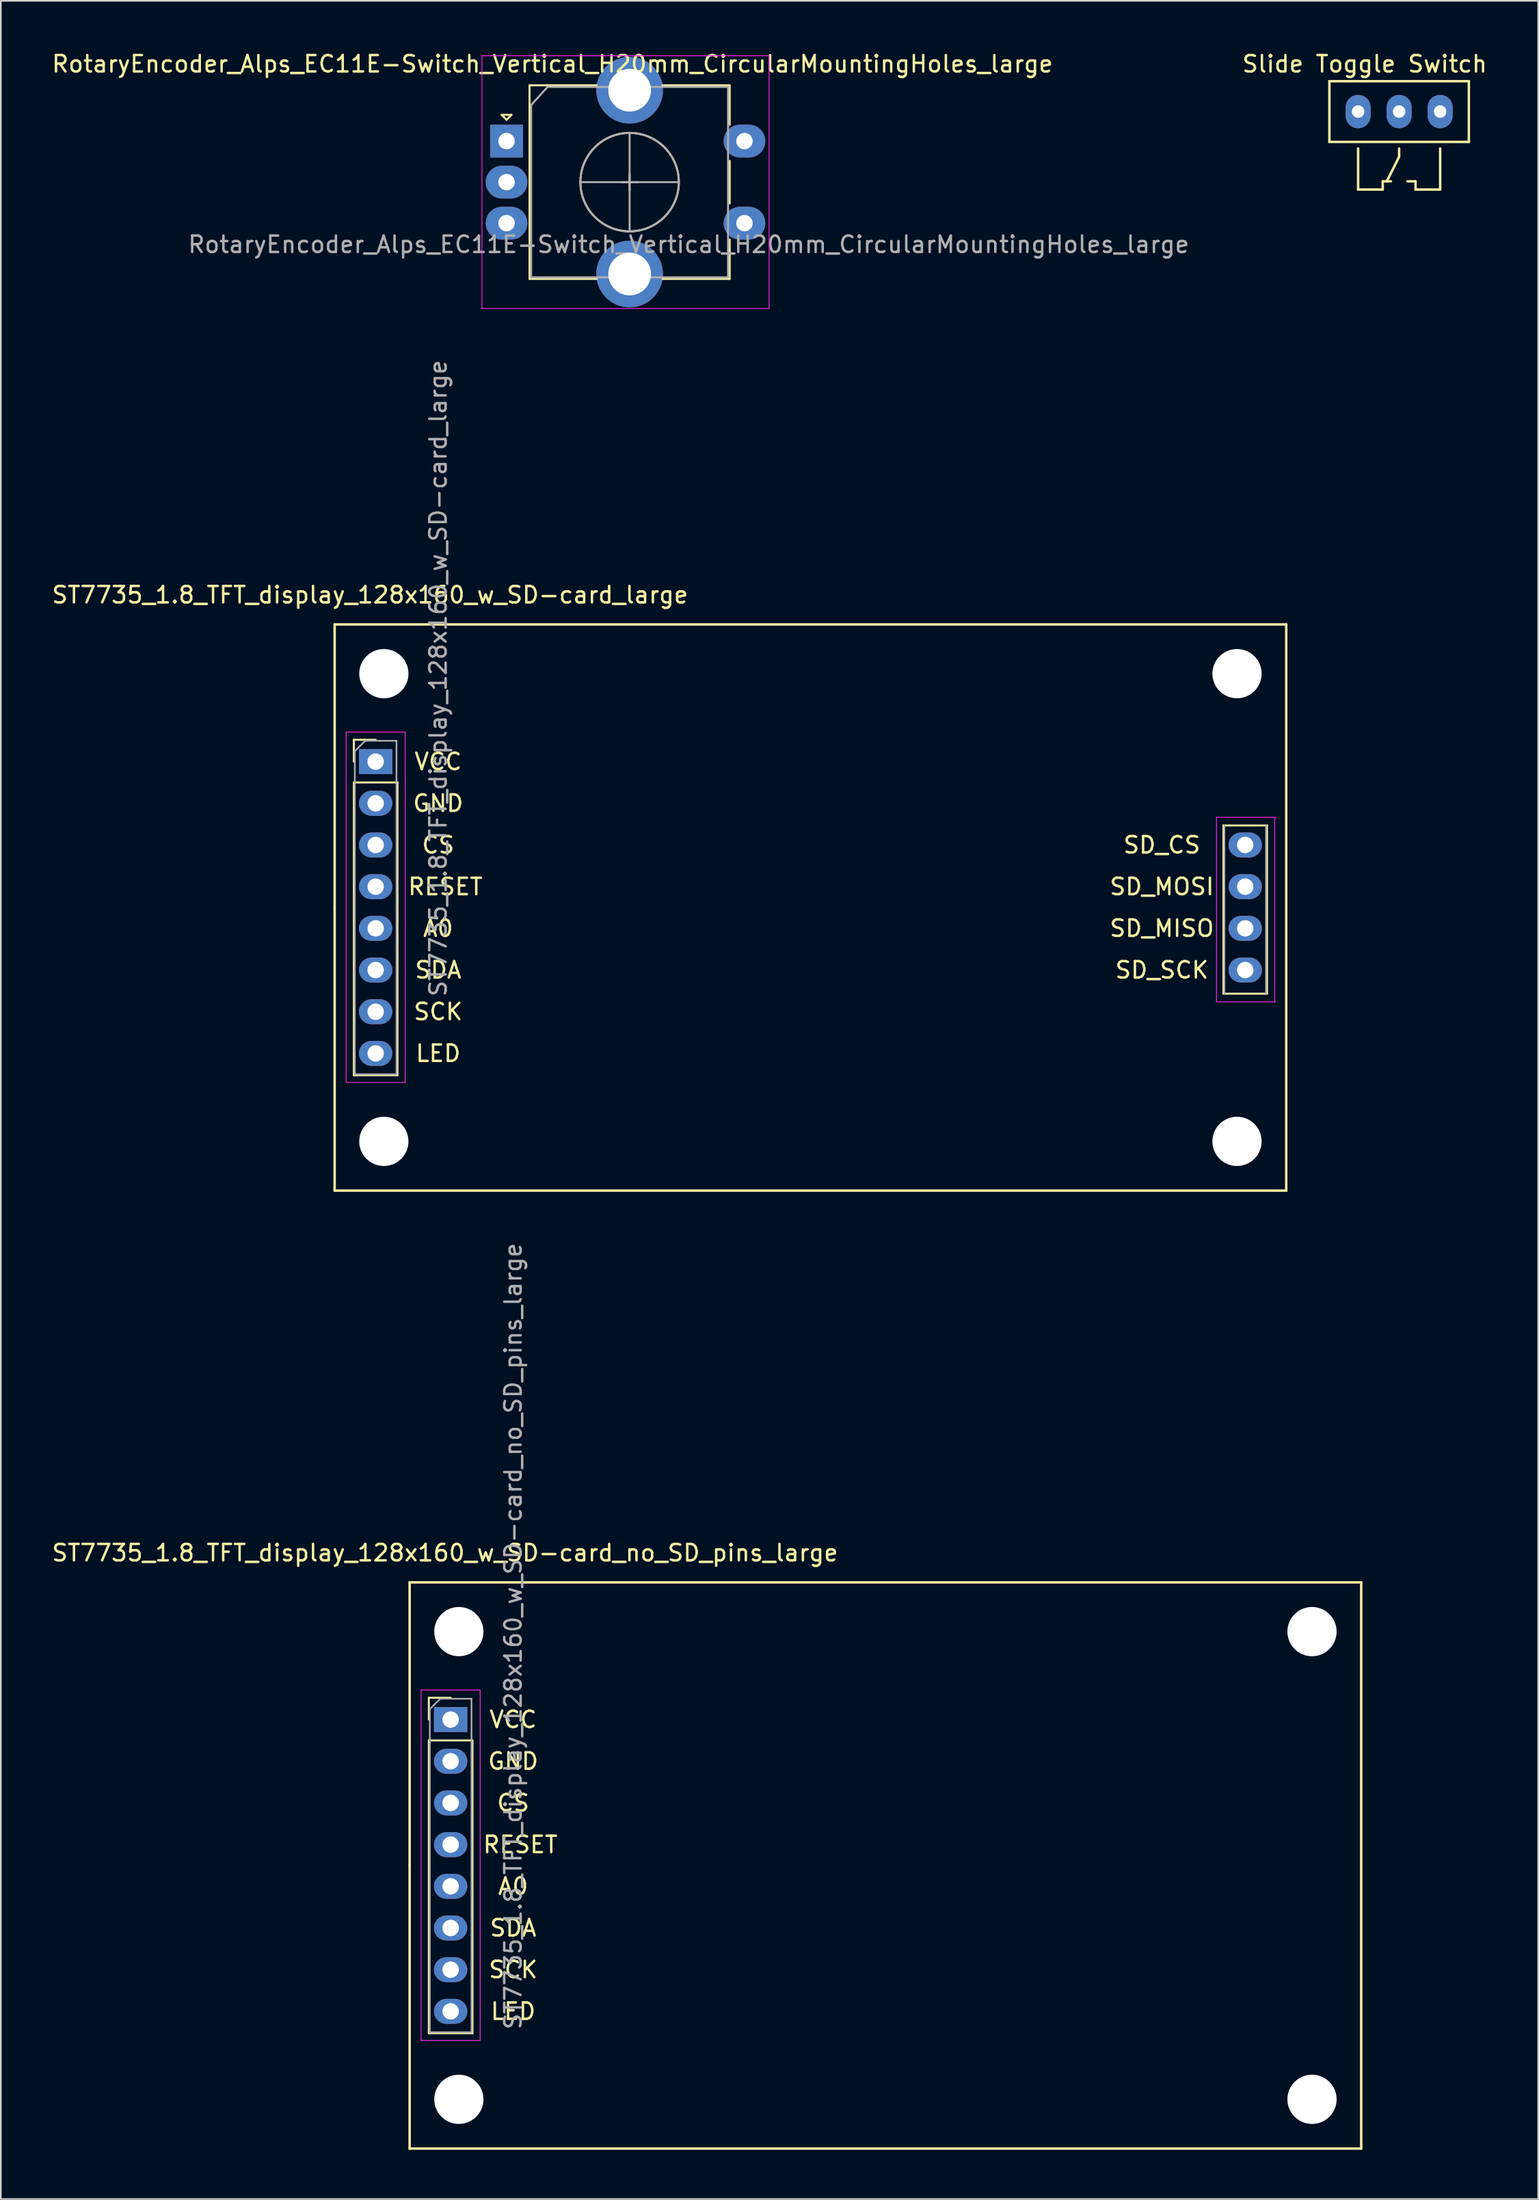
<source format=kicad_pcb>
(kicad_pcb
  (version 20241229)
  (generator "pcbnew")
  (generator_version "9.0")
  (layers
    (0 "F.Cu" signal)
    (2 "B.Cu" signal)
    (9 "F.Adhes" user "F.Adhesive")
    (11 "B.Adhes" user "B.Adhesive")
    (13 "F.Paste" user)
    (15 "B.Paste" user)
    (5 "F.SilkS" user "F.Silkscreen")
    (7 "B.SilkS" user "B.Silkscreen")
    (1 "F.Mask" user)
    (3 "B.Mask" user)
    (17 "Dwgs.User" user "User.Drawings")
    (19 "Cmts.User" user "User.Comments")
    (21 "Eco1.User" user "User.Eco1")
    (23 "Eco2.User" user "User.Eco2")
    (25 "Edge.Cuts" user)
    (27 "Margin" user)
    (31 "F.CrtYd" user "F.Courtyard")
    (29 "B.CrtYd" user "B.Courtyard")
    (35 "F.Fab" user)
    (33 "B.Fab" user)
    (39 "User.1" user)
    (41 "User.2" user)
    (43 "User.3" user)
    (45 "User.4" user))
  (footprint "RotaryEncoder_Alps_EC11E-Switch_Vertical_H20mm_CircularMountingHoles_large"
    (layer "F.Cu")
    (at 27.825 5.548)
    (property "Reference" "RotaryEncoder_Alps_EC11E-Switch_Vertical_H20mm_CircularMountingHoles_large" (at 2.8 -4.7 0) (layer "F.SilkS") (effects (font (size 1 1) (thickness 0.15))))
    (attr through_hole)
    (fp_line (start -0.3 -1.6) (end 0.3 -1.6) (stroke (width 0.12) (type solid)) (layer "F.SilkS"))
    (fp_line (start 0 -1.3) (end -0.3 -1.6) (stroke (width 0.12) (type solid)) (layer "F.SilkS"))
    (fp_line (start 0.3 -1.6) (end 0 -1.3) (stroke (width 0.12) (type solid)) (layer "F.SilkS"))
    (fp_line (start 1.4 -3.4) (end 1.4 8.4) (stroke (width 0.12) (type solid)) (layer "F.SilkS"))
    (fp_line (start 5.5 -3.4) (end 1.4 -3.4) (stroke (width 0.12) (type solid)) (layer "F.SilkS"))
    (fp_line (start 5.5 8.4) (end 1.4 8.4) (stroke (width 0.12) (type solid)) (layer "F.SilkS"))
    (fp_line (start 7 2.5) (end 8 2.5) (stroke (width 0.12) (type solid)) (layer "F.SilkS"))
    (fp_line (start 7.5 2) (end 7.5 3) (stroke (width 0.12) (type solid)) (layer "F.SilkS"))
    (fp_line (start 9.5 -3.4) (end 13.6 -3.4) (stroke (width 0.12) (type solid)) (layer "F.SilkS"))
    (fp_line (start 13.6 -3.4) (end 13.6 -1) (stroke (width 0.12) (type solid)) (layer "F.SilkS"))
    (fp_line (start 13.6 1.2) (end 13.6 3.8) (stroke (width 0.12) (type solid)) (layer "F.SilkS"))
    (fp_line (start 13.6 6) (end 13.6 8.4) (stroke (width 0.12) (type solid)) (layer "F.SilkS"))
    (fp_line (start 13.6 8.4) (end 9.5 8.4) (stroke (width 0.12) (type solid)) (layer "F.SilkS"))
    (fp_circle (center 7.5 2.5) (end 10.5 2.5) (stroke (width 0.12) (type solid)) (fill no) (layer "F.SilkS"))
    (fp_line (start -1.5 -5.2) (end -1.5 10.2) (stroke (width 0.05) (type solid)) (layer "F.CrtYd"))
    (fp_line (start -1.5 -5.2) (end 16 -5.2) (stroke (width 0.05) (type solid)) (layer "F.CrtYd"))
    (fp_line (start 16 10.2) (end -1.5 10.2) (stroke (width 0.05) (type solid)) (layer "F.CrtYd"))
    (fp_line (start 16 10.2) (end 16 -5.2) (stroke (width 0.05) (type solid)) (layer "F.CrtYd"))
    (fp_line (start 1.5 -2.2) (end 2.5 -3.3) (stroke (width 0.12) (type solid)) (layer "F.Fab"))
    (fp_line (start 1.5 8.3) (end 1.5 -2.2) (stroke (width 0.12) (type solid)) (layer "F.Fab"))
    (fp_line (start 2.5 -3.3) (end 13.5 -3.3) (stroke (width 0.12) (type solid)) (layer "F.Fab"))
    (fp_line (start 4.5 2.5) (end 10.5 2.5) (stroke (width 0.12) (type solid)) (layer "F.Fab"))
    (fp_line (start 7.5 -0.5) (end 7.5 5.5) (stroke (width 0.12) (type solid)) (layer "F.Fab"))
    (fp_line (start 13.5 -3.3) (end 13.5 8.3) (stroke (width 0.12) (type solid)) (layer "F.Fab"))
    (fp_line (start 13.5 8.3) (end 1.5 8.3) (stroke (width 0.12) (type solid)) (layer "F.Fab"))
    (fp_circle (center 7.5 2.5) (end 10.5 2.5) (stroke (width 0.12) (type solid)) (fill no) (layer "F.Fab"))
    (fp_text user "${REFERENCE}" (at 11.1 6.3 0) (layer "F.Fab") (effects (font (size 1 1) (thickness 0.15))))
    (pad "A" thru_hole rect (at 0 0) (size 2 2) (drill 1) (layers "*.Cu" "*.Mask"))
    (pad "B" thru_hole oval (at 0 5) (size 2.54 2) (drill 1) (layers "*.Cu" "*.Mask"))
    (pad "C" thru_hole oval (at 0 2.5) (size 2.54 2) (drill 1) (layers "*.Cu" "*.Mask"))
    (pad "MP" thru_hole circle (at 7.5 -3.1) (size 4.064 4.064) (drill 2.6) (layers "*.Cu" "*.Mask"))
    (pad "MP" thru_hole circle (at 7.5 8.1) (size 4.064 4.064) (drill 2.6) (layers "*.Cu" "*.Mask"))
    (pad "S1" thru_hole oval (at 14.5 5) (size 2.54 2) (drill 1) (layers "*.Cu" "*.Mask"))
    (pad "S2" thru_hole oval (at 14.5 0) (size 2.54 2) (drill 1) (layers "*.Cu" "*.Mask")))
  (footprint "ST7735_1.8_TFT_display_128x160_w_SD-card_no_SD_pins_large"
    (layer "F.Cu")
    (at 24.417 101.732)
    (property "Reference" "ST7735_1.8_TFT_display_128x160_w_SD-card_no_SD_pins_large" (at -0.34 -10.16 0) (layer "F.SilkS") (effects (font (size 1 1) (thickness 0.15))))
    (attr through_hole)
    (fp_line (start -2.5 8.89) (end -2.5 -8.36) (stroke (width 0.15) (type solid)) (layer "F.SilkS"))
    (fp_line (start -2.5 8.89) (end -2.5 26.14) (stroke (width 0.15) (type solid)) (layer "F.SilkS"))
    (fp_line (start -2.5 26.14) (end 55.5 26.14) (stroke (width 0.15) (type solid)) (layer "F.SilkS"))
    (fp_line (start -1.33 -1.33) (end 0 -1.33) (stroke (width 0.12) (type solid)) (layer "F.SilkS"))
    (fp_line (start -1.33 0) (end -1.33 -1.33) (stroke (width 0.12) (type solid)) (layer "F.SilkS"))
    (fp_line (start -1.33 1.27) (end -1.33 19.11) (stroke (width 0.12) (type solid)) (layer "F.SilkS"))
    (fp_line (start -1.33 1.27) (end 1.33 1.27) (stroke (width 0.12) (type solid)) (layer "F.SilkS"))
    (fp_line (start -1.33 19.11) (end 1.33 19.11) (stroke (width 0.12) (type solid)) (layer "F.SilkS"))
    (fp_line (start 1.33 1.27) (end 1.33 19.11) (stroke (width 0.12) (type solid)) (layer "F.SilkS"))
    (fp_line (start 55.5 -8.36) (end -2.5 -8.36) (stroke (width 0.15) (type solid)) (layer "F.SilkS"))
    (fp_line (start 55.5 26.14) (end 55.5 -8.36) (stroke (width 0.15) (type solid)) (layer "F.SilkS"))
    (fp_line (start -1.8 -1.8) (end -1.8 19.55) (stroke (width 0.05) (type solid)) (layer "F.CrtYd"))
    (fp_line (start -1.8 19.55) (end 1.8 19.55) (stroke (width 0.05) (type solid)) (layer "F.CrtYd"))
    (fp_line (start 1.8 -1.8) (end -1.8 -1.8) (stroke (width 0.05) (type solid)) (layer "F.CrtYd"))
    (fp_line (start 1.8 19.55) (end 1.8 -1.8) (stroke (width 0.05) (type solid)) (layer "F.CrtYd"))
    (fp_line (start -1.27 -0.635) (end -0.635 -1.27) (stroke (width 0.1) (type solid)) (layer "F.Fab"))
    (fp_line (start -1.27 19.05) (end -1.27 -0.635) (stroke (width 0.1) (type solid)) (layer "F.Fab"))
    (fp_line (start -0.635 -1.27) (end 1.27 -1.27) (stroke (width 0.1) (type solid)) (layer "F.Fab"))
    (fp_line (start 1.27 -1.27) (end 1.27 19.05) (stroke (width 0.1) (type solid)) (layer "F.Fab"))
    (fp_line (start 1.27 19.05) (end -1.27 19.05) (stroke (width 0.1) (type solid)) (layer "F.Fab"))
    (fp_text user "VCC" (at 3.81 0 0) (layer "F.SilkS") (effects (font (size 1 1) (thickness 0.15))))
    (fp_text user "SDA" (at 3.81 12.7 0) (layer "F.SilkS") (effects (font (size 1 1) (thickness 0.15))))
    (fp_text user "RESET" (at 4.25 7.62 0) (layer "F.SilkS") (effects (font (size 1 1) (thickness 0.15))))
    (fp_text user "SCK" (at 3.81 15.24 0) (layer "F.SilkS") (effects (font (size 1 1) (thickness 0.15))))
    (fp_text user "A0" (at 3.81 10.16 0) (layer "F.SilkS") (effects (font (size 1 1) (thickness 0.15))))
    (fp_text user "GND" (at 3.81 2.54 0) (layer "F.SilkS") (effects (font (size 1 1) (thickness 0.15))))
    (fp_text user "CS" (at 3.81 5.08 0) (layer "F.SilkS") (effects (font (size 1 1) (thickness 0.15))))
    (fp_text user "LED" (at 3.81 17.78 0) (layer "F.SilkS") (effects (font (size 1 1) (thickness 0.15))))
    (fp_text user "${REFERENCE}" (at 3.81 -5.08 90) (layer "F.Fab") (effects (font (size 1 1) (thickness 0.15))))
    (pad "" np_thru_hole circle (at 0.5 -5.36) (size 3 3) (drill 3) (layers "*.Cu" "*.Mask"))
    (pad "" np_thru_hole circle (at 0.5 23.14) (size 3 3) (drill 3) (layers "*.Cu" "*.Mask"))
    (pad "" np_thru_hole circle (at 52.5 -5.36) (size 3 3) (drill 3) (layers "*.Cu" "*.Mask"))
    (pad "" np_thru_hole circle (at 52.5 23.14) (size 3 3) (drill 3) (layers "*.Cu" "*.Mask"))
    (pad "1" thru_hole rect (at 0 0) (size 2.032 1.524) (drill 1) (layers "*.Cu" "*.Mask"))
    (pad "2" thru_hole oval (at 0 2.54) (size 2.032 1.524) (drill 1) (layers "*.Cu" "*.Mask"))
    (pad "3" thru_hole oval (at 0 5.08) (size 2.032 1.524) (drill 1) (layers "*.Cu" "*.Mask"))
    (pad "4" thru_hole oval (at 0 7.62) (size 2.032 1.524) (drill 1) (layers "*.Cu" "*.Mask"))
    (pad "5" thru_hole oval (at 0 10.16) (size 2.032 1.524) (drill 1) (layers "*.Cu" "*.Mask"))
    (pad "6" thru_hole oval (at 0 12.7) (size 2.032 1.524) (drill 1) (layers "*.Cu" "*.Mask"))
    (pad "7" thru_hole oval (at 0 15.24) (size 2.032 1.524) (drill 1) (layers "*.Cu" "*.Mask"))
    (pad "8" thru_hole oval (at 0 17.78) (size 2.032 1.524) (drill 1) (layers "*.Cu" "*.Mask")))
  (footprint "ST7735_1.8_TFT_display_128x160_w_SD-card_large"
    (layer "F.Cu")
    (at 19.846 43.359)
    (property "Reference" "ST7735_1.8_TFT_display_128x160_w_SD-card_large" (at -0.34 -10.16 0) (layer "F.SilkS") (effects (font (size 1 1) (thickness 0.15))))
    (attr through_hole)
    (fp_line (start -2.5 8.89) (end -2.5 -8.36) (stroke (width 0.15) (type solid)) (layer "F.SilkS"))
    (fp_line (start -2.5 8.89) (end -2.5 26.14) (stroke (width 0.15) (type solid)) (layer "F.SilkS"))
    (fp_line (start -2.5 26.14) (end 55.5 26.14) (stroke (width 0.15) (type solid)) (layer "F.SilkS"))
    (fp_line (start -1.33 -1.33) (end 0 -1.33) (stroke (width 0.12) (type solid)) (layer "F.SilkS"))
    (fp_line (start -1.33 0) (end -1.33 -1.33) (stroke (width 0.12) (type solid)) (layer "F.SilkS"))
    (fp_line (start -1.33 1.27) (end -1.33 19.11) (stroke (width 0.12) (type solid)) (layer "F.SilkS"))
    (fp_line (start -1.33 1.27) (end 1.33 1.27) (stroke (width 0.12) (type solid)) (layer "F.SilkS"))
    (fp_line (start -1.33 19.11) (end 1.33 19.11) (stroke (width 0.12) (type solid)) (layer "F.SilkS"))
    (fp_line (start 1.33 1.27) (end 1.33 19.11) (stroke (width 0.12) (type solid)) (layer "F.SilkS"))
    (fp_line (start 51.67 3.89) (end 51.67 14.14) (stroke (width 0.12) (type solid)) (layer "F.SilkS"))
    (fp_line (start 51.67 3.89) (end 54.33 3.89) (stroke (width 0.12) (type solid)) (layer "F.SilkS"))
    (fp_line (start 51.67 14.14) (end 54.33 14.14) (stroke (width 0.12) (type solid)) (layer "F.SilkS"))
    (fp_line (start 54.33 3.89) (end 54.33 14.14) (stroke (width 0.12) (type solid)) (layer "F.SilkS"))
    (fp_line (start 55.5 -8.36) (end -2.5 -8.36) (stroke (width 0.15) (type solid)) (layer "F.SilkS"))
    (fp_line (start 55.5 26.14) (end 55.5 -8.36) (stroke (width 0.15) (type solid)) (layer "F.SilkS"))
    (fp_line (start -1.8 -1.8) (end -1.8 19.55) (stroke (width 0.05) (type solid)) (layer "F.CrtYd"))
    (fp_line (start -1.8 19.55) (end 1.8 19.55) (stroke (width 0.05) (type solid)) (layer "F.CrtYd"))
    (fp_line (start 1.8 -1.8) (end -1.8 -1.8) (stroke (width 0.05) (type solid)) (layer "F.CrtYd"))
    (fp_line (start 1.8 19.55) (end 1.8 -1.8) (stroke (width 0.05) (type solid)) (layer "F.CrtYd"))
    (fp_line (start 51.25 14.64) (end 51.25 3.39) (stroke (width 0.05) (type solid)) (layer "F.CrtYd"))
    (fp_line (start 54.8 14.64) (end 54.8 3.39) (stroke (width 0.05) (type solid)) (layer "F.CrtYd"))
    (fp_line (start 54.85 3.39) (end 51.25 3.39) (stroke (width 0.05) (type solid)) (layer "F.CrtYd"))
    (fp_line (start 54.85 14.64) (end 51.25 14.64) (stroke (width 0.05) (type solid)) (layer "F.CrtYd"))
    (fp_line (start -1.27 -0.635) (end -0.635 -1.27) (stroke (width 0.1) (type solid)) (layer "F.Fab"))
    (fp_line (start -1.27 19.05) (end -1.27 -0.635) (stroke (width 0.1) (type solid)) (layer "F.Fab"))
    (fp_line (start -0.635 -1.27) (end 1.27 -1.27) (stroke (width 0.1) (type solid)) (layer "F.Fab"))
    (fp_line (start 1.27 -1.27) (end 1.27 19.05) (stroke (width 0.1) (type solid)) (layer "F.Fab"))
    (fp_line (start 1.27 19.05) (end -1.27 19.05) (stroke (width 0.1) (type solid)) (layer "F.Fab"))
    (fp_line (start 51.73 14.14) (end 51.73 3.89) (stroke (width 0.1) (type solid)) (layer "F.Fab"))
    (fp_line (start 54.27 3.89) (end 54.27 14.14) (stroke (width 0.1) (type solid)) (layer "F.Fab"))
    (fp_text user "A0" (at 3.81 10.16 0) (layer "F.SilkS") (effects (font (size 1 1) (thickness 0.15))))
    (fp_text user "GND" (at 3.81 2.54 0) (layer "F.SilkS") (effects (font (size 1 1) (thickness 0.15))))
    (fp_text user "VCC" (at 3.81 0 0) (layer "F.SilkS") (effects (font (size 1 1) (thickness 0.15))))
    (fp_text user "SD_MISO" (at 47.92 10.16 0) (layer "F.SilkS") (effects (font (size 1 1) (thickness 0.15))))
    (fp_text user "RESET" (at 4.25 7.62 0) (layer "F.SilkS") (effects (font (size 1 1) (thickness 0.15))))
    (fp_text user "SDA" (at 3.81 12.7 0) (layer "F.SilkS") (effects (font (size 1 1) (thickness 0.15))))
    (fp_text user "SD_CS" (at 47.92 5.08 0) (layer "F.SilkS") (effects (font (size 1 1) (thickness 0.15))))
    (fp_text user "SD_MOSI" (at 47.92 7.62 0) (layer "F.SilkS") (effects (font (size 1 1) (thickness 0.15))))
    (fp_text user "SCK" (at 3.81 15.24 0) (layer "F.SilkS") (effects (font (size 1 1) (thickness 0.15))))
    (fp_text user "SD_SCK" (at 47.92 12.7 0) (layer "F.SilkS") (effects (font (size 1 1) (thickness 0.15))))
    (fp_text user "LED" (at 3.81 17.78 0) (layer "F.SilkS") (effects (font (size 1 1) (thickness 0.15))))
    (fp_text user "CS" (at 3.81 5.08 0) (layer "F.SilkS") (effects (font (size 1 1) (thickness 0.15))))
    (fp_text user "${REFERENCE}" (at 3.81 -5.08 90) (layer "F.Fab") (effects (font (size 1 1) (thickness 0.15))))
    (pad "" np_thru_hole circle (at 0.5 -5.36) (size 3 3) (drill 3) (layers "*.Cu" "*.Mask"))
    (pad "" np_thru_hole circle (at 0.5 23.14) (size 3 3) (drill 3) (layers "*.Cu" "*.Mask"))
    (pad "" np_thru_hole circle (at 52.5 -5.36) (size 3 3) (drill 3) (layers "*.Cu" "*.Mask"))
    (pad "" np_thru_hole circle (at 52.5 23.14) (size 3 3) (drill 3) (layers "*.Cu" "*.Mask"))
    (pad "1" thru_hole rect (at 0 0) (size 2.032 1.524) (drill 1) (layers "*.Cu" "*.Mask"))
    (pad "2" thru_hole oval (at 0 2.54) (size 2.032 1.524) (drill 1) (layers "*.Cu" "*.Mask"))
    (pad "3" thru_hole oval (at 0 5.08) (size 2.032 1.524) (drill 1) (layers "*.Cu" "*.Mask"))
    (pad "4" thru_hole oval (at 0 7.62) (size 2.032 1.524) (drill 1) (layers "*.Cu" "*.Mask"))
    (pad "5" thru_hole oval (at 0 10.16) (size 2.032 1.524) (drill 1) (layers "*.Cu" "*.Mask"))
    (pad "6" thru_hole oval (at 0 12.7) (size 2.032 1.524) (drill 1) (layers "*.Cu" "*.Mask"))
    (pad "7" thru_hole oval (at 0 15.24) (size 2.032 1.524) (drill 1) (layers "*.Cu" "*.Mask"))
    (pad "8" thru_hole oval (at 0 17.78) (size 2.032 1.524) (drill 1) (layers "*.Cu" "*.Mask"))
    (pad "9" thru_hole oval (at 53 5.08) (size 2.032 1.524) (drill 1) (layers "*.Cu" "*.Mask"))
    (pad "10" thru_hole oval (at 53 7.62) (size 2.032 1.524) (drill 1) (layers "*.Cu" "*.Mask"))
    (pad "11" thru_hole oval (at 53 10.16) (size 2.032 1.524) (drill 1) (layers "*.Cu" "*.Mask"))
    (pad "12" thru_hole oval (at 53 12.7) (size 2.032 1.524) (drill 1) (layers "*.Cu" "*.Mask")))
  (footprint "Slide Toggle Switch"
    (layer "F.Cu")
    (at 79.727 3.748)
    (property "Reference" "Slide Toggle Switch" (at 0.4 -2.9 0) (unlocked yes) (layer "F.SilkS") (effects (font (size 1 1) (thickness 0.15))))
    (attr through_hole)
    (fp_line (start -1.75 -1.85) (end 6.75 -1.85) (stroke (width 0.15) (type solid)) (layer "F.SilkS"))
    (fp_line (start -1.75 1.85) (end -1.75 -1.85) (stroke (width 0.15) (type solid)) (layer "F.SilkS"))
    (fp_line (start 0 4.75) (end 0 2.25) (stroke (width 0.15) (type solid)) (layer "F.SilkS"))
    (fp_line (start 1.5 4.25) (end 1.5 4.75) (stroke (width 0.15) (type solid)) (layer "F.SilkS"))
    (fp_line (start 1.5 4.75) (end 0 4.75) (stroke (width 0.15) (type solid)) (layer "F.SilkS"))
    (fp_line (start 2 4.25) (end 1.5 4.25) (stroke (width 0.15) (type solid)) (layer "F.SilkS"))
    (fp_line (start 2.5 2.25) (end 2.5 2.75) (stroke (width 0.15) (type solid)) (layer "F.SilkS"))
    (fp_line (start 2.5 2.75) (end 1.75 4.25) (stroke (width 0.15) (type solid)) (layer "F.SilkS"))
    (fp_line (start 3 4.25) (end 3.5 4.25) (stroke (width 0.15) (type solid)) (layer "F.SilkS"))
    (fp_line (start 3.5 4.25) (end 3.5 4.75) (stroke (width 0.15) (type solid)) (layer "F.SilkS"))
    (fp_line (start 3.5 4.75) (end 5 4.75) (stroke (width 0.15) (type solid)) (layer "F.SilkS"))
    (fp_line (start 5 4.75) (end 5 2.25) (stroke (width 0.15) (type solid)) (layer "F.SilkS"))
    (fp_line (start 6.75 -1.85) (end 6.75 1.85) (stroke (width 0.15) (type solid)) (layer "F.SilkS"))
    (fp_line (start 6.75 1.85) (end -1.75 1.85) (stroke (width 0.15) (type solid)) (layer "F.SilkS"))
    (pad "1" thru_hole oval (at 0 0) (size 1.524 2.032) (drill 0.762) (layers "*.Cu" "*.Mask"))
    (pad "2" thru_hole oval (at 2.5 0) (size 1.524 2.032) (drill 0.762) (layers "*.Cu" "*.Mask"))
    (pad "3" thru_hole oval (at 5 0) (size 1.524 2.032) (drill 0.762) (layers "*.Cu" "*.Mask")))
  (gr_rect
    (start -3 -3)
    (end 90.705 130.947)
    (stroke (width 0.1) (type default))
    (fill no)
    (layer "Edge.Cuts")))
</source>
